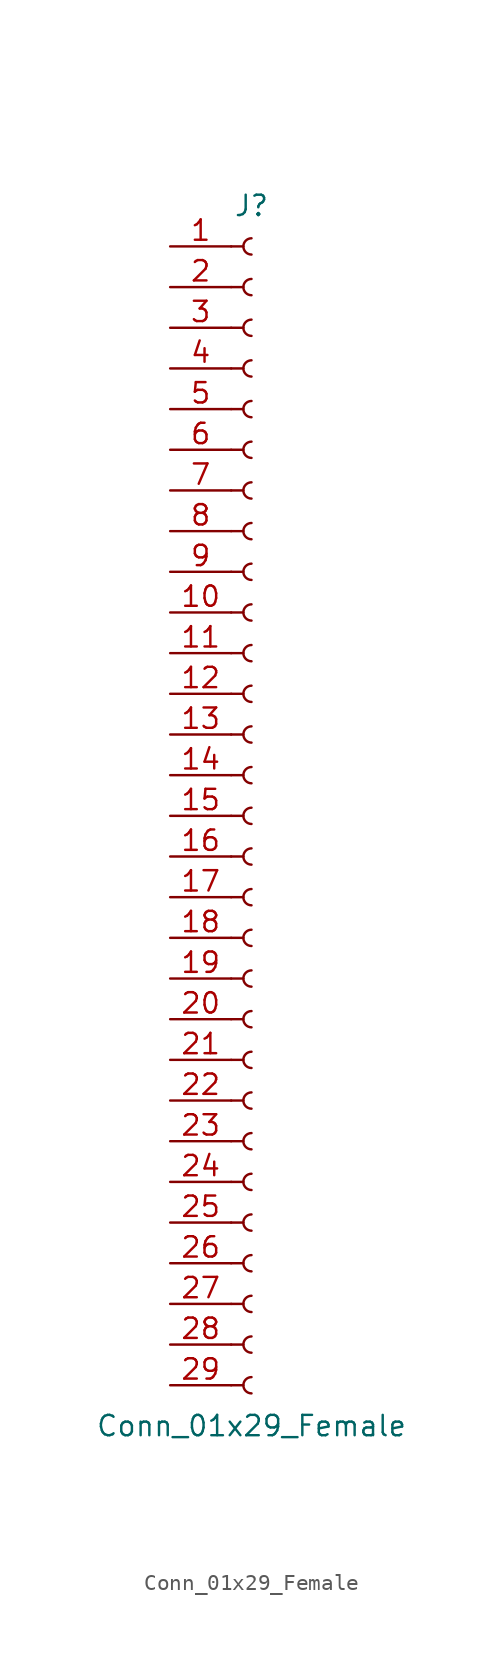
<source format=kicad_sym>
(kicad_symbol_lib
  (version 20220914)
  (generator kicad_symbol_editor)
  (symbol "Conn_01x29_Female"
    (pin_names
      (offset 1.016) hide)
    (property "Reference" "J"
      (at 0 38.1 0)
      (effects (font (size 1.27 1.27))))
    (property "Value" "Conn_01x29_Female"
      (at 0 -38.1 0)
      (effects (font (size 1.27 1.27))))
    (symbol "Conn_01x29_Female_1_1"
      (arc (start 0 -35.052) (mid -0.5058 -35.56) (end 0 -36.068) (stroke (width 0.1524) (type default)) (fill (type none)))
      (arc (start 0 -32.512) (mid -0.5058 -33.02) (end 0 -33.528) (stroke (width 0.1524) (type default)) (fill (type none)))
      (arc (start 0 -29.972) (mid -0.5058 -30.48) (end 0 -30.988) (stroke (width 0.1524) (type default)) (fill (type none)))
      (arc (start 0 -27.432) (mid -0.5058 -27.94) (end 0 -28.448) (stroke (width 0.1524) (type default)) (fill (type none)))
      (arc (start 0 -24.892) (mid -0.5058 -25.4) (end 0 -25.908) (stroke (width 0.1524) (type default)) (fill (type none)))
      (arc (start 0 -22.352) (mid -0.5058 -22.86) (end 0 -23.368) (stroke (width 0.1524) (type default)) (fill (type none)))
      (arc (start 0 -19.812) (mid -0.5058 -20.32) (end 0 -20.828) (stroke (width 0.1524) (type default)) (fill (type none)))
      (arc (start 0 -17.272) (mid -0.5058 -17.78) (end 0 -18.288) (stroke (width 0.1524) (type default)) (fill (type none)))
      (arc (start 0 -14.732) (mid -0.5058 -15.24) (end 0 -15.748) (stroke (width 0.1524) (type default)) (fill (type none)))
      (arc (start 0 -12.192) (mid -0.5058 -12.7) (end 0 -13.208) (stroke (width 0.1524) (type default)) (fill (type none)))
      (arc (start 0 -9.652) (mid -0.5058 -10.16) (end 0 -10.668) (stroke (width 0.1524) (type default)) (fill (type none)))
      (arc (start 0 -7.112) (mid -0.5058 -7.62) (end 0 -8.128) (stroke (width 0.1524) (type default)) (fill (type none)))
      (arc (start 0 -4.572) (mid -0.5058 -5.08) (end 0 -5.588) (stroke (width 0.1524) (type default)) (fill (type none)))
      (arc (start 0 -2.032) (mid -0.5058 -2.54) (end 0 -3.048) (stroke (width 0.1524) (type default)) (fill (type none)))
      (polyline (pts (xy -1.27 -35.56) (xy -0.508 -35.56)) (stroke (width 0.152) (type default)) (fill (type none)))
      (polyline (pts (xy -1.27 -33.02) (xy -0.508 -33.02)) (stroke (width 0.152) (type default)) (fill (type none)))
      (polyline (pts (xy -1.27 -30.48) (xy -0.508 -30.48)) (stroke (width 0.152) (type default)) (fill (type none)))
      (polyline (pts (xy -1.27 -27.94) (xy -0.508 -27.94)) (stroke (width 0.152) (type default)) (fill (type none)))
      (polyline (pts (xy -1.27 -25.4) (xy -0.508 -25.4)) (stroke (width 0.152) (type default)) (fill (type none)))
      (polyline (pts (xy -1.27 -22.86) (xy -0.508 -22.86)) (stroke (width 0.152) (type default)) (fill (type none)))
      (polyline (pts (xy -1.27 -20.32) (xy -0.508 -20.32)) (stroke (width 0.152) (type default)) (fill (type none)))
      (polyline (pts (xy -1.27 -17.78) (xy -0.508 -17.78)) (stroke (width 0.152) (type default)) (fill (type none)))
      (polyline (pts (xy -1.27 -15.24) (xy -0.508 -15.24)) (stroke (width 0.152) (type default)) (fill (type none)))
      (polyline (pts (xy -1.27 -12.7) (xy -0.508 -12.7)) (stroke (width 0.152) (type default)) (fill (type none)))
      (polyline (pts (xy -1.27 -10.16) (xy -0.508 -10.16)) (stroke (width 0.152) (type default)) (fill (type none)))
      (polyline (pts (xy -1.27 -7.62) (xy -0.508 -7.62)) (stroke (width 0.152) (type default)) (fill (type none)))
      (polyline (pts (xy -1.27 -5.08) (xy -0.508 -5.08)) (stroke (width 0.152) (type default)) (fill (type none)))
      (polyline (pts (xy -1.27 -2.54) (xy -0.508 -2.54)) (stroke (width 0.152) (type default)) (fill (type none)))
      (polyline (pts (xy -1.27 0) (xy -0.508 0)) (stroke (width 0.152) (type default)) (fill (type none)))
      (polyline (pts (xy -1.27 2.54) (xy -0.508 2.54)) (stroke (width 0.152) (type default)) (fill (type none)))
      (polyline (pts (xy -1.27 5.08) (xy -0.508 5.08)) (stroke (width 0.152) (type default)) (fill (type none)))
      (polyline (pts (xy -1.27 7.62) (xy -0.508 7.62)) (stroke (width 0.152) (type default)) (fill (type none)))
      (polyline (pts (xy -1.27 10.16) (xy -0.508 10.16)) (stroke (width 0.152) (type default)) (fill (type none)))
      (polyline (pts (xy -1.27 12.7) (xy -0.508 12.7)) (stroke (width 0.152) (type default)) (fill (type none)))
      (polyline (pts (xy -1.27 15.24) (xy -0.508 15.24)) (stroke (width 0.152) (type default)) (fill (type none)))
      (polyline (pts (xy -1.27 17.78) (xy -0.508 17.78)) (stroke (width 0.152) (type default)) (fill (type none)))
      (polyline (pts (xy -1.27 20.32) (xy -0.508 20.32)) (stroke (width 0.152) (type default)) (fill (type none)))
      (polyline (pts (xy -1.27 22.86) (xy -0.508 22.86)) (stroke (width 0.152) (type default)) (fill (type none)))
      (polyline (pts (xy -1.27 25.4) (xy -0.508 25.4)) (stroke (width 0.152) (type default)) (fill (type none)))
      (polyline (pts (xy -1.27 27.94) (xy -0.508 27.94)) (stroke (width 0.152) (type default)) (fill (type none)))
      (polyline (pts (xy -1.27 30.48) (xy -0.508 30.48)) (stroke (width 0.152) (type default)) (fill (type none)))
      (polyline (pts (xy -1.27 33.02) (xy -0.508 33.02)) (stroke (width 0.152) (type default)) (fill (type none)))
      (polyline (pts (xy -1.27 35.56) (xy -0.508 35.56)) (stroke (width 0.152) (type default)) (fill (type none)))
      (arc (start 0 0.508) (mid -0.5058 0) (end 0 -0.508) (stroke (width 0.1524) (type default)) (fill (type none)))
      (arc (start 0 3.048) (mid -0.5058 2.54) (end 0 2.032) (stroke (width 0.1524) (type default)) (fill (type none)))
      (arc (start 0 5.588) (mid -0.5058 5.08) (end 0 4.572) (stroke (width 0.1524) (type default)) (fill (type none)))
      (arc (start 0 8.128) (mid -0.5058 7.62) (end 0 7.112) (stroke (width 0.1524) (type default)) (fill (type none)))
      (arc (start 0 10.668) (mid -0.5058 10.16) (end 0 9.652) (stroke (width 0.1524) (type default)) (fill (type none)))
      (arc (start 0 13.208) (mid -0.5058 12.7) (end 0 12.192) (stroke (width 0.1524) (type default)) (fill (type none)))
      (arc (start 0 15.748) (mid -0.5058 15.24) (end 0 14.732) (stroke (width 0.1524) (type default)) (fill (type none)))
      (arc (start 0 18.288) (mid -0.5058 17.78) (end 0 17.272) (stroke (width 0.1524) (type default)) (fill (type none)))
      (arc (start 0 20.828) (mid -0.5058 20.32) (end 0 19.812) (stroke (width 0.1524) (type default)) (fill (type none)))
      (arc (start 0 23.368) (mid -0.5058 22.86) (end 0 22.352) (stroke (width 0.1524) (type default)) (fill (type none)))
      (arc (start 0 25.908) (mid -0.5058 25.4) (end 0 24.892) (stroke (width 0.1524) (type default)) (fill (type none)))
      (arc (start 0 28.448) (mid -0.5058 27.94) (end 0 27.432) (stroke (width 0.1524) (type default)) (fill (type none)))
      (arc (start 0 30.988) (mid -0.5058 30.48) (end 0 29.972) (stroke (width 0.1524) (type default)) (fill (type none)))
      (arc (start 0 33.528) (mid -0.5058 33.02) (end 0 32.512) (stroke (width 0.1524) (type default)) (fill (type none)))
      (arc (start 0 36.068) (mid -0.5058 35.56) (end 0 35.052) (stroke (width 0.1524) (type default)) (fill (type none)))
      (pin passive line (at -5.08 35.56 0) (length 3.81) (name "Pin_1" (effects (font (size 1.27 1.27)))) (number "1" (effects (font (size 1.27 1.27)))))
      (pin passive line (at -5.08 12.7 0) (length 3.81) (name "Pin_10" (effects (font (size 1.27 1.27)))) (number "10" (effects (font (size 1.27 1.27)))))
      (pin passive line (at -5.08 10.16 0) (length 3.81) (name "Pin_11" (effects (font (size 1.27 1.27)))) (number "11" (effects (font (size 1.27 1.27)))))
      (pin passive line (at -5.08 7.62 0) (length 3.81) (name "Pin_12" (effects (font (size 1.27 1.27)))) (number "12" (effects (font (size 1.27 1.27)))))
      (pin passive line (at -5.08 5.08 0) (length 3.81) (name "Pin_13" (effects (font (size 1.27 1.27)))) (number "13" (effects (font (size 1.27 1.27)))))
      (pin passive line (at -5.08 2.54 0) (length 3.81) (name "Pin_14" (effects (font (size 1.27 1.27)))) (number "14" (effects (font (size 1.27 1.27)))))
      (pin passive line (at -5.08 0 0) (length 3.81) (name "Pin_15" (effects (font (size 1.27 1.27)))) (number "15" (effects (font (size 1.27 1.27)))))
      (pin passive line (at -5.08 -2.54 0) (length 3.81) (name "Pin_16" (effects (font (size 1.27 1.27)))) (number "16" (effects (font (size 1.27 1.27)))))
      (pin passive line (at -5.08 -5.08 0) (length 3.81) (name "Pin_17" (effects (font (size 1.27 1.27)))) (number "17" (effects (font (size 1.27 1.27)))))
      (pin passive line (at -5.08 -7.62 0) (length 3.81) (name "Pin_18" (effects (font (size 1.27 1.27)))) (number "18" (effects (font (size 1.27 1.27)))))
      (pin passive line (at -5.08 -10.16 0) (length 3.81) (name "Pin_19" (effects (font (size 1.27 1.27)))) (number "19" (effects (font (size 1.27 1.27)))))
      (pin passive line (at -5.08 33.02 0) (length 3.81) (name "Pin_2" (effects (font (size 1.27 1.27)))) (number "2" (effects (font (size 1.27 1.27)))))
      (pin passive line (at -5.08 -12.7 0) (length 3.81) (name "Pin_20" (effects (font (size 1.27 1.27)))) (number "20" (effects (font (size 1.27 1.27)))))
      (pin passive line (at -5.08 -15.24 0) (length 3.81) (name "Pin_21" (effects (font (size 1.27 1.27)))) (number "21" (effects (font (size 1.27 1.27)))))
      (pin passive line (at -5.08 -17.78 0) (length 3.81) (name "Pin_22" (effects (font (size 1.27 1.27)))) (number "22" (effects (font (size 1.27 1.27)))))
      (pin passive line (at -5.08 -20.32 0) (length 3.81) (name "Pin_23" (effects (font (size 1.27 1.27)))) (number "23" (effects (font (size 1.27 1.27)))))
      (pin passive line (at -5.08 -22.86 0) (length 3.81) (name "Pin_24" (effects (font (size 1.27 1.27)))) (number "24" (effects (font (size 1.27 1.27)))))
      (pin passive line (at -5.08 -25.4 0) (length 3.81) (name "Pin_25" (effects (font (size 1.27 1.27)))) (number "25" (effects (font (size 1.27 1.27)))))
      (pin passive line (at -5.08 -27.94 0) (length 3.81) (name "Pin_26" (effects (font (size 1.27 1.27)))) (number "26" (effects (font (size 1.27 1.27)))))
      (pin passive line (at -5.08 -30.48 0) (length 3.81) (name "Pin_27" (effects (font (size 1.27 1.27)))) (number "27" (effects (font (size 1.27 1.27)))))
      (pin passive line (at -5.08 -33.02 0) (length 3.81) (name "Pin_28" (effects (font (size 1.27 1.27)))) (number "28" (effects (font (size 1.27 1.27)))))
      (pin passive line (at -5.08 -35.56 0) (length 3.81) (name "Pin_29" (effects (font (size 1.27 1.27)))) (number "29" (effects (font (size 1.27 1.27)))))
      (pin passive line (at -5.08 30.48 0) (length 3.81) (name "Pin_3" (effects (font (size 1.27 1.27)))) (number "3" (effects (font (size 1.27 1.27)))))
      (pin passive line (at -5.08 27.94 0) (length 3.81) (name "Pin_4" (effects (font (size 1.27 1.27)))) (number "4" (effects (font (size 1.27 1.27)))))
      (pin passive line (at -5.08 25.4 0) (length 3.81) (name "Pin_5" (effects (font (size 1.27 1.27)))) (number "5" (effects (font (size 1.27 1.27)))))
      (pin passive line (at -5.08 22.86 0) (length 3.81) (name "Pin_6" (effects (font (size 1.27 1.27)))) (number "6" (effects (font (size 1.27 1.27)))))
      (pin passive line (at -5.08 20.32 0) (length 3.81) (name "Pin_7" (effects (font (size 1.27 1.27)))) (number "7" (effects (font (size 1.27 1.27)))))
      (pin passive line (at -5.08 17.78 0) (length 3.81) (name "Pin_8" (effects (font (size 1.27 1.27)))) (number "8" (effects (font (size 1.27 1.27)))))
      (pin passive line (at -5.08 15.24 0) (length 3.81) (name "Pin_9" (effects (font (size 1.27 1.27)))) (number "9" (effects (font (size 1.27 1.27))))))))
</source>
